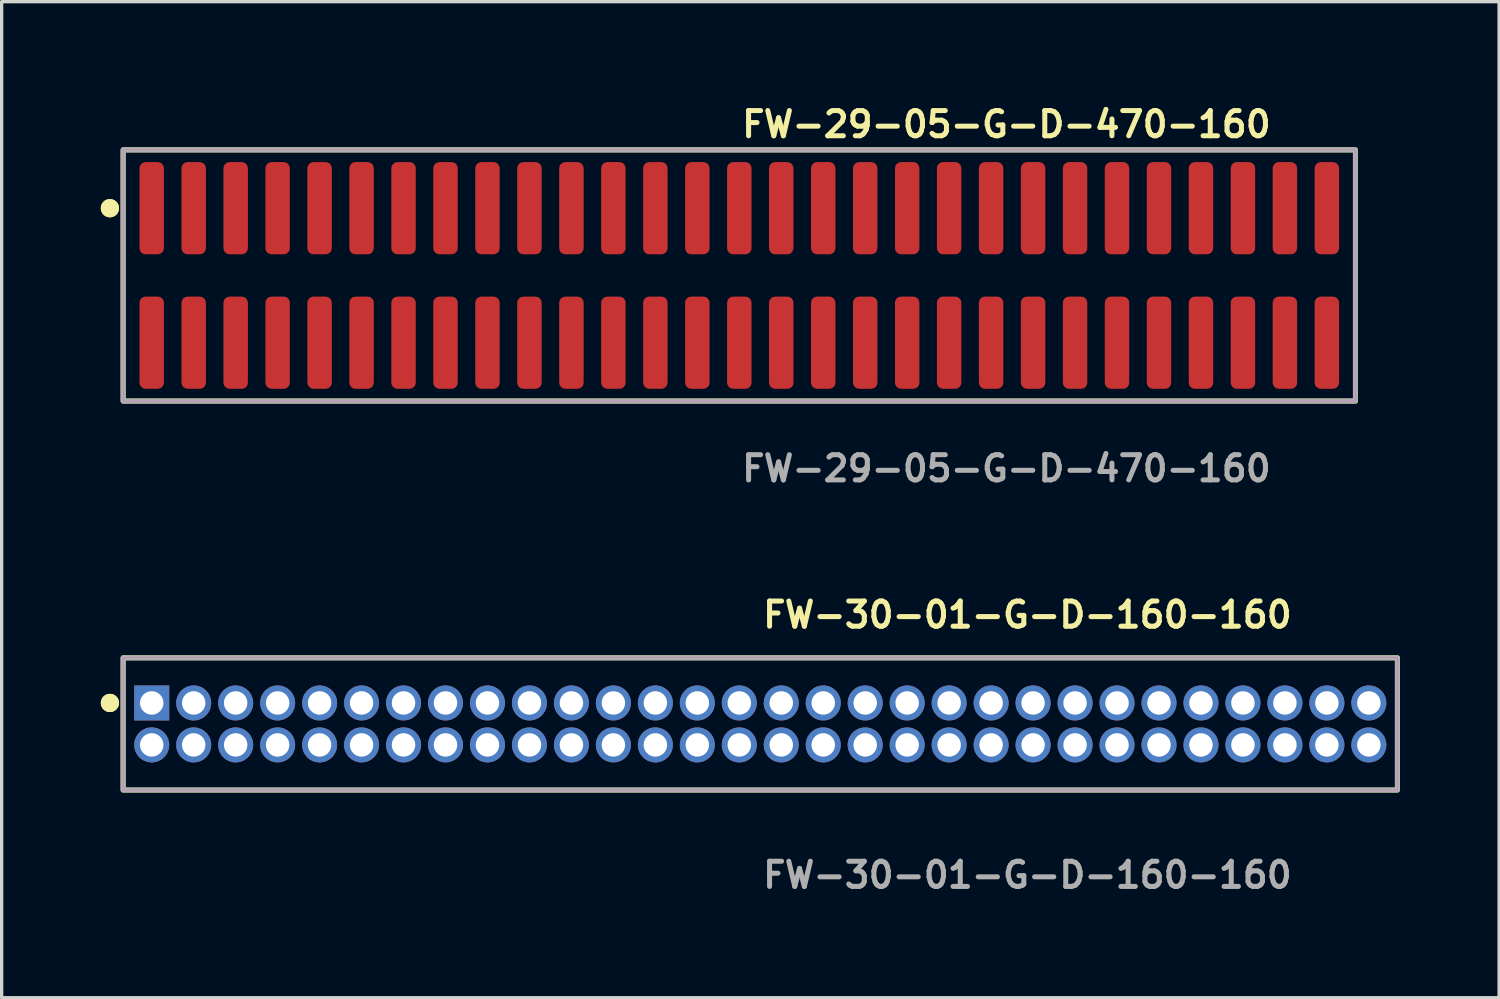
<source format=kicad_pcb>
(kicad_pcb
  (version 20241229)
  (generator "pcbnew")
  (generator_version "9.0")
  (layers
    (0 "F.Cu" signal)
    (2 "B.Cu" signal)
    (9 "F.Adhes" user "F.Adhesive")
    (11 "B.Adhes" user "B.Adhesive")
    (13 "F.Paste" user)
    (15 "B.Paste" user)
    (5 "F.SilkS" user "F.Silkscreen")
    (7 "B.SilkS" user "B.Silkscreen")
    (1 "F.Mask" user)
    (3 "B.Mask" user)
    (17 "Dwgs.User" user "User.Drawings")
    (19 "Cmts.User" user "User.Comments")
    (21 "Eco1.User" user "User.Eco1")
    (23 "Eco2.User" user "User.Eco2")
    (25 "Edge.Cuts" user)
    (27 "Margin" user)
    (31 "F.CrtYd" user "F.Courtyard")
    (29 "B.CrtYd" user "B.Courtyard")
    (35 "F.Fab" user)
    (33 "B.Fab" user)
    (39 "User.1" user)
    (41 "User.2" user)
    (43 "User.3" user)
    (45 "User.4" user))
  (footprint "FW-29-05-G-D-470-160"
    (layer "F.Cu")
    (at 19.321 5.285)
    (property "Reference" "FW-29-05-G-D-470-160" (at 0 -4.572 0) (unlocked yes) (layer "F.SilkS") (effects (font (size 0.762 0.762) (thickness 0.152)) (justify left)))
    (fp_rect (start -18.645 3.8) (end 18.645 -3.8) (stroke (width 0.152) (type solid)) (fill no) (layer "F.SilkS"))
    (fp_circle (center -19.045 -2.035) (end -19.245 -2.035) (stroke (width 0.152) (type solid)) (fill yes) (layer "F.SilkS"))
    (fp_circle (center -19.045 -2.035) (end -19.245 -2.035) (stroke (width 0.152) (type solid)) (fill yes) (layer "F.SilkS"))
    (fp_rect (start -18.645 3.8) (end 18.645 -3.8) (stroke (width 0.006) (type solid)) (fill no) (layer "F.CrtYd"))
    (fp_rect (start -18.645 3.8) (end 18.645 -3.8) (stroke (width 0.152) (type solid)) (fill no) (layer "F.Fab"))
    (fp_text user "${REFERENCE}" (at 0 5.842 0) (unlocked yes) (layer "F.Fab") (effects (font (size 0.762 0.762) (thickness 0.152)) (justify left)))
    (pad "1" smd roundrect (at -17.78 -2.035) (size 0.74 2.79) (layers "F.Cu" "F.Paste") (roundrect_rratio 0.25))
    (pad "2" smd roundrect (at -17.78 2.035) (size 0.74 2.79) (layers "F.Cu" "F.Paste") (roundrect_rratio 0.25))
    (pad "3" smd roundrect (at -16.51 -2.035) (size 0.74 2.79) (layers "F.Cu" "F.Paste") (roundrect_rratio 0.25))
    (pad "4" smd roundrect (at -16.51 2.035) (size 0.74 2.79) (layers "F.Cu" "F.Paste") (roundrect_rratio 0.25))
    (pad "5" smd roundrect (at -15.24 -2.035) (size 0.74 2.79) (layers "F.Cu" "F.Paste") (roundrect_rratio 0.25))
    (pad "6" smd roundrect (at -15.24 2.035) (size 0.74 2.79) (layers "F.Cu" "F.Paste") (roundrect_rratio 0.25))
    (pad "7" smd roundrect (at -13.97 -2.035) (size 0.74 2.79) (layers "F.Cu" "F.Paste") (roundrect_rratio 0.25))
    (pad "8" smd roundrect (at -13.97 2.035) (size 0.74 2.79) (layers "F.Cu" "F.Paste") (roundrect_rratio 0.25))
    (pad "9" smd roundrect (at -12.7 -2.035) (size 0.74 2.79) (layers "F.Cu" "F.Paste") (roundrect_rratio 0.25))
    (pad "10" smd roundrect (at -12.7 2.035) (size 0.74 2.79) (layers "F.Cu" "F.Paste") (roundrect_rratio 0.25))
    (pad "11" smd roundrect (at -11.43 -2.035) (size 0.74 2.79) (layers "F.Cu" "F.Paste") (roundrect_rratio 0.25))
    (pad "12" smd roundrect (at -11.43 2.035) (size 0.74 2.79) (layers "F.Cu" "F.Paste") (roundrect_rratio 0.25))
    (pad "13" smd roundrect (at -10.16 -2.035) (size 0.74 2.79) (layers "F.Cu" "F.Paste") (roundrect_rratio 0.25))
    (pad "14" smd roundrect (at -10.16 2.035) (size 0.74 2.79) (layers "F.Cu" "F.Paste") (roundrect_rratio 0.25))
    (pad "15" smd roundrect (at -8.89 -2.035) (size 0.74 2.79) (layers "F.Cu" "F.Paste") (roundrect_rratio 0.25))
    (pad "16" smd roundrect (at -8.89 2.035) (size 0.74 2.79) (layers "F.Cu" "F.Paste") (roundrect_rratio 0.25))
    (pad "17" smd roundrect (at -7.62 -2.035) (size 0.74 2.79) (layers "F.Cu" "F.Paste") (roundrect_rratio 0.25))
    (pad "18" smd roundrect (at -7.62 2.035) (size 0.74 2.79) (layers "F.Cu" "F.Paste") (roundrect_rratio 0.25))
    (pad "19" smd roundrect (at -6.35 -2.035) (size 0.74 2.79) (layers "F.Cu" "F.Paste") (roundrect_rratio 0.25))
    (pad "20" smd roundrect (at -6.35 2.035) (size 0.74 2.79) (layers "F.Cu" "F.Paste") (roundrect_rratio 0.25))
    (pad "21" smd roundrect (at -5.08 -2.035) (size 0.74 2.79) (layers "F.Cu" "F.Paste") (roundrect_rratio 0.25))
    (pad "22" smd roundrect (at -5.08 2.035) (size 0.74 2.79) (layers "F.Cu" "F.Paste") (roundrect_rratio 0.25))
    (pad "23" smd roundrect (at -3.81 -2.035) (size 0.74 2.79) (layers "F.Cu" "F.Paste") (roundrect_rratio 0.25))
    (pad "24" smd roundrect (at -3.81 2.035) (size 0.74 2.79) (layers "F.Cu" "F.Paste") (roundrect_rratio 0.25))
    (pad "25" smd roundrect (at -2.54 -2.035) (size 0.74 2.79) (layers "F.Cu" "F.Paste") (roundrect_rratio 0.25))
    (pad "26" smd roundrect (at -2.54 2.035) (size 0.74 2.79) (layers "F.Cu" "F.Paste") (roundrect_rratio 0.25))
    (pad "27" smd roundrect (at -1.27 -2.035) (size 0.74 2.79) (layers "F.Cu" "F.Paste") (roundrect_rratio 0.25))
    (pad "28" smd roundrect (at -1.27 2.035) (size 0.74 2.79) (layers "F.Cu" "F.Paste") (roundrect_rratio 0.25))
    (pad "29" smd roundrect (at 0 -2.035) (size 0.74 2.79) (layers "F.Cu" "F.Paste") (roundrect_rratio 0.25))
    (pad "30" smd roundrect (at 0 2.035) (size 0.74 2.79) (layers "F.Cu" "F.Paste") (roundrect_rratio 0.25))
    (pad "31" smd roundrect (at 1.27 -2.035) (size 0.74 2.79) (layers "F.Cu" "F.Paste") (roundrect_rratio 0.25))
    (pad "32" smd roundrect (at 1.27 2.035) (size 0.74 2.79) (layers "F.Cu" "F.Paste") (roundrect_rratio 0.25))
    (pad "33" smd roundrect (at 2.54 -2.035) (size 0.74 2.79) (layers "F.Cu" "F.Paste") (roundrect_rratio 0.25))
    (pad "34" smd roundrect (at 2.54 2.035) (size 0.74 2.79) (layers "F.Cu" "F.Paste") (roundrect_rratio 0.25))
    (pad "35" smd roundrect (at 3.81 -2.035) (size 0.74 2.79) (layers "F.Cu" "F.Paste") (roundrect_rratio 0.25))
    (pad "36" smd roundrect (at 3.81 2.035) (size 0.74 2.79) (layers "F.Cu" "F.Paste") (roundrect_rratio 0.25))
    (pad "37" smd roundrect (at 5.08 -2.035) (size 0.74 2.79) (layers "F.Cu" "F.Paste") (roundrect_rratio 0.25))
    (pad "38" smd roundrect (at 5.08 2.035) (size 0.74 2.79) (layers "F.Cu" "F.Paste") (roundrect_rratio 0.25))
    (pad "39" smd roundrect (at 6.35 -2.035) (size 0.74 2.79) (layers "F.Cu" "F.Paste") (roundrect_rratio 0.25))
    (pad "40" smd roundrect (at 6.35 2.035) (size 0.74 2.79) (layers "F.Cu" "F.Paste") (roundrect_rratio 0.25))
    (pad "41" smd roundrect (at 7.62 -2.035) (size 0.74 2.79) (layers "F.Cu" "F.Paste") (roundrect_rratio 0.25))
    (pad "42" smd roundrect (at 7.62 2.035) (size 0.74 2.79) (layers "F.Cu" "F.Paste") (roundrect_rratio 0.25))
    (pad "43" smd roundrect (at 8.89 -2.035) (size 0.74 2.79) (layers "F.Cu" "F.Paste") (roundrect_rratio 0.25))
    (pad "44" smd roundrect (at 8.89 2.035) (size 0.74 2.79) (layers "F.Cu" "F.Paste") (roundrect_rratio 0.25))
    (pad "45" smd roundrect (at 10.16 -2.035) (size 0.74 2.79) (layers "F.Cu" "F.Paste") (roundrect_rratio 0.25))
    (pad "46" smd roundrect (at 10.16 2.035) (size 0.74 2.79) (layers "F.Cu" "F.Paste") (roundrect_rratio 0.25))
    (pad "47" smd roundrect (at 11.43 -2.035) (size 0.74 2.79) (layers "F.Cu" "F.Paste") (roundrect_rratio 0.25))
    (pad "48" smd roundrect (at 11.43 2.035) (size 0.74 2.79) (layers "F.Cu" "F.Paste") (roundrect_rratio 0.25))
    (pad "49" smd roundrect (at 12.7 -2.035) (size 0.74 2.79) (layers "F.Cu" "F.Paste") (roundrect_rratio 0.25))
    (pad "50" smd roundrect (at 12.7 2.035) (size 0.74 2.79) (layers "F.Cu" "F.Paste") (roundrect_rratio 0.25))
    (pad "51" smd roundrect (at 13.97 -2.035) (size 0.74 2.79) (layers "F.Cu" "F.Paste") (roundrect_rratio 0.25))
    (pad "52" smd roundrect (at 13.97 2.035) (size 0.74 2.79) (layers "F.Cu" "F.Paste") (roundrect_rratio 0.25))
    (pad "53" smd roundrect (at 15.24 -2.035) (size 0.74 2.79) (layers "F.Cu" "F.Paste") (roundrect_rratio 0.25))
    (pad "54" smd roundrect (at 15.24 2.035) (size 0.74 2.79) (layers "F.Cu" "F.Paste") (roundrect_rratio 0.25))
    (pad "55" smd roundrect (at 16.51 -2.035) (size 0.74 2.79) (layers "F.Cu" "F.Paste") (roundrect_rratio 0.25))
    (pad "56" smd roundrect (at 16.51 2.035) (size 0.74 2.79) (layers "F.Cu" "F.Paste") (roundrect_rratio 0.25))
    (pad "57" smd roundrect (at 17.78 -2.035) (size 0.74 2.79) (layers "F.Cu" "F.Paste") (roundrect_rratio 0.25))
    (pad "58" smd roundrect (at 17.78 2.035) (size 0.74 2.79) (layers "F.Cu" "F.Paste") (roundrect_rratio 0.25)))
  (footprint "FW-30-01-G-D-160-160"
    (layer "F.Cu")
    (at 19.956 18.856)
    (property "Reference" "FW-30-01-G-D-160-160" (at 0 -3.302 0) (unlocked yes) (layer "F.SilkS") (effects (font (size 0.762 0.762) (thickness 0.152)) (justify left)))
    (fp_rect (start -19.28 2) (end 19.28 -2) (stroke (width 0.152) (type solid)) (fill no) (layer "F.SilkS"))
    (fp_circle (center -19.68 -0.635) (end -19.88 -0.635) (stroke (width 0.152) (type solid)) (fill yes) (layer "F.SilkS"))
    (fp_circle (center -19.68 -0.635) (end -19.88 -0.635) (stroke (width 0.152) (type solid)) (fill yes) (layer "F.SilkS"))
    (fp_rect (start -19.28 2) (end 19.28 -2) (stroke (width 0.006) (type solid)) (fill no) (layer "F.CrtYd"))
    (fp_rect (start -19.28 2) (end 19.28 -2) (stroke (width 0.152) (type solid)) (fill no) (layer "F.Fab"))
    (fp_text user "${REFERENCE}" (at 0 4.572 0) (unlocked yes) (layer "F.Fab") (effects (font (size 0.762 0.762) (thickness 0.152)) (justify left)))
    (pad "1" thru_hole rect (at -18.415 -0.635) (size 1.06 1.06) (drill 0.71) (layers "*.Cu" "*.Mask"))
    (pad "2" thru_hole circle (at -18.415 0.635) (size 1.06 1.06) (drill 0.71) (layers "*.Cu" "*.Mask"))
    (pad "3" thru_hole circle (at -17.145 -0.635) (size 1.06 1.06) (drill 0.71) (layers "*.Cu" "*.Mask"))
    (pad "4" thru_hole circle (at -17.145 0.635) (size 1.06 1.06) (drill 0.71) (layers "*.Cu" "*.Mask"))
    (pad "5" thru_hole circle (at -15.875 -0.635) (size 1.06 1.06) (drill 0.71) (layers "*.Cu" "*.Mask"))
    (pad "6" thru_hole circle (at -15.875 0.635) (size 1.06 1.06) (drill 0.71) (layers "*.Cu" "*.Mask"))
    (pad "7" thru_hole circle (at -14.605 -0.635) (size 1.06 1.06) (drill 0.71) (layers "*.Cu" "*.Mask"))
    (pad "8" thru_hole circle (at -14.605 0.635) (size 1.06 1.06) (drill 0.71) (layers "*.Cu" "*.Mask"))
    (pad "9" thru_hole circle (at -13.335 -0.635) (size 1.06 1.06) (drill 0.71) (layers "*.Cu" "*.Mask"))
    (pad "10" thru_hole circle (at -13.335 0.635) (size 1.06 1.06) (drill 0.71) (layers "*.Cu" "*.Mask"))
    (pad "11" thru_hole circle (at -12.065 -0.635) (size 1.06 1.06) (drill 0.71) (layers "*.Cu" "*.Mask"))
    (pad "12" thru_hole circle (at -12.065 0.635) (size 1.06 1.06) (drill 0.71) (layers "*.Cu" "*.Mask"))
    (pad "13" thru_hole circle (at -10.795 -0.635) (size 1.06 1.06) (drill 0.71) (layers "*.Cu" "*.Mask"))
    (pad "14" thru_hole circle (at -10.795 0.635) (size 1.06 1.06) (drill 0.71) (layers "*.Cu" "*.Mask"))
    (pad "15" thru_hole circle (at -9.525 -0.635) (size 1.06 1.06) (drill 0.71) (layers "*.Cu" "*.Mask"))
    (pad "16" thru_hole circle (at -9.525 0.635) (size 1.06 1.06) (drill 0.71) (layers "*.Cu" "*.Mask"))
    (pad "17" thru_hole circle (at -8.255 -0.635) (size 1.06 1.06) (drill 0.71) (layers "*.Cu" "*.Mask"))
    (pad "18" thru_hole circle (at -8.255 0.635) (size 1.06 1.06) (drill 0.71) (layers "*.Cu" "*.Mask"))
    (pad "19" thru_hole circle (at -6.985 -0.635) (size 1.06 1.06) (drill 0.71) (layers "*.Cu" "*.Mask"))
    (pad "20" thru_hole circle (at -6.985 0.635) (size 1.06 1.06) (drill 0.71) (layers "*.Cu" "*.Mask"))
    (pad "21" thru_hole circle (at -5.715 -0.635) (size 1.06 1.06) (drill 0.71) (layers "*.Cu" "*.Mask"))
    (pad "22" thru_hole circle (at -5.715 0.635) (size 1.06 1.06) (drill 0.71) (layers "*.Cu" "*.Mask"))
    (pad "23" thru_hole circle (at -4.445 -0.635) (size 1.06 1.06) (drill 0.71) (layers "*.Cu" "*.Mask"))
    (pad "24" thru_hole circle (at -4.445 0.635) (size 1.06 1.06) (drill 0.71) (layers "*.Cu" "*.Mask"))
    (pad "25" thru_hole circle (at -3.175 -0.635) (size 1.06 1.06) (drill 0.71) (layers "*.Cu" "*.Mask"))
    (pad "26" thru_hole circle (at -3.175 0.635) (size 1.06 1.06) (drill 0.71) (layers "*.Cu" "*.Mask"))
    (pad "27" thru_hole circle (at -1.905 -0.635) (size 1.06 1.06) (drill 0.71) (layers "*.Cu" "*.Mask"))
    (pad "28" thru_hole circle (at -1.905 0.635) (size 1.06 1.06) (drill 0.71) (layers "*.Cu" "*.Mask"))
    (pad "29" thru_hole circle (at -0.635 -0.635) (size 1.06 1.06) (drill 0.71) (layers "*.Cu" "*.Mask"))
    (pad "30" thru_hole circle (at -0.635 0.635) (size 1.06 1.06) (drill 0.71) (layers "*.Cu" "*.Mask"))
    (pad "31" thru_hole circle (at 0.635 -0.635) (size 1.06 1.06) (drill 0.71) (layers "*.Cu" "*.Mask"))
    (pad "32" thru_hole circle (at 0.635 0.635) (size 1.06 1.06) (drill 0.71) (layers "*.Cu" "*.Mask"))
    (pad "33" thru_hole circle (at 1.905 -0.635) (size 1.06 1.06) (drill 0.71) (layers "*.Cu" "*.Mask"))
    (pad "34" thru_hole circle (at 1.905 0.635) (size 1.06 1.06) (drill 0.71) (layers "*.Cu" "*.Mask"))
    (pad "35" thru_hole circle (at 3.175 -0.635) (size 1.06 1.06) (drill 0.71) (layers "*.Cu" "*.Mask"))
    (pad "36" thru_hole circle (at 3.175 0.635) (size 1.06 1.06) (drill 0.71) (layers "*.Cu" "*.Mask"))
    (pad "37" thru_hole circle (at 4.445 -0.635) (size 1.06 1.06) (drill 0.71) (layers "*.Cu" "*.Mask"))
    (pad "38" thru_hole circle (at 4.445 0.635) (size 1.06 1.06) (drill 0.71) (layers "*.Cu" "*.Mask"))
    (pad "39" thru_hole circle (at 5.715 -0.635) (size 1.06 1.06) (drill 0.71) (layers "*.Cu" "*.Mask"))
    (pad "40" thru_hole circle (at 5.715 0.635) (size 1.06 1.06) (drill 0.71) (layers "*.Cu" "*.Mask"))
    (pad "41" thru_hole circle (at 6.985 -0.635) (size 1.06 1.06) (drill 0.71) (layers "*.Cu" "*.Mask"))
    (pad "42" thru_hole circle (at 6.985 0.635) (size 1.06 1.06) (drill 0.71) (layers "*.Cu" "*.Mask"))
    (pad "43" thru_hole circle (at 8.255 -0.635) (size 1.06 1.06) (drill 0.71) (layers "*.Cu" "*.Mask"))
    (pad "44" thru_hole circle (at 8.255 0.635) (size 1.06 1.06) (drill 0.71) (layers "*.Cu" "*.Mask"))
    (pad "45" thru_hole circle (at 9.525 -0.635) (size 1.06 1.06) (drill 0.71) (layers "*.Cu" "*.Mask"))
    (pad "46" thru_hole circle (at 9.525 0.635) (size 1.06 1.06) (drill 0.71) (layers "*.Cu" "*.Mask"))
    (pad "47" thru_hole circle (at 10.795 -0.635) (size 1.06 1.06) (drill 0.71) (layers "*.Cu" "*.Mask"))
    (pad "48" thru_hole circle (at 10.795 0.635) (size 1.06 1.06) (drill 0.71) (layers "*.Cu" "*.Mask"))
    (pad "49" thru_hole circle (at 12.065 -0.635) (size 1.06 1.06) (drill 0.71) (layers "*.Cu" "*.Mask"))
    (pad "50" thru_hole circle (at 12.065 0.635) (size 1.06 1.06) (drill 0.71) (layers "*.Cu" "*.Mask"))
    (pad "51" thru_hole circle (at 13.335 -0.635) (size 1.06 1.06) (drill 0.71) (layers "*.Cu" "*.Mask"))
    (pad "52" thru_hole circle (at 13.335 0.635) (size 1.06 1.06) (drill 0.71) (layers "*.Cu" "*.Mask"))
    (pad "53" thru_hole circle (at 14.605 -0.635) (size 1.06 1.06) (drill 0.71) (layers "*.Cu" "*.Mask"))
    (pad "54" thru_hole circle (at 14.605 0.635) (size 1.06 1.06) (drill 0.71) (layers "*.Cu" "*.Mask"))
    (pad "55" thru_hole circle (at 15.875 -0.635) (size 1.06 1.06) (drill 0.71) (layers "*.Cu" "*.Mask"))
    (pad "56" thru_hole circle (at 15.875 0.635) (size 1.06 1.06) (drill 0.71) (layers "*.Cu" "*.Mask"))
    (pad "57" thru_hole circle (at 17.145 -0.635) (size 1.06 1.06) (drill 0.71) (layers "*.Cu" "*.Mask"))
    (pad "58" thru_hole circle (at 17.145 0.635) (size 1.06 1.06) (drill 0.71) (layers "*.Cu" "*.Mask"))
    (pad "59" thru_hole circle (at 18.415 -0.635) (size 1.06 1.06) (drill 0.71) (layers "*.Cu" "*.Mask"))
    (pad "60" thru_hole circle (at 18.415 0.635) (size 1.06 1.06) (drill 0.71) (layers "*.Cu" "*.Mask")))
  (gr_rect
    (start -3 -3)
    (end 42.312 27.141)
    (stroke (width 0.1) (type default))
    (fill no)
    (layer "Edge.Cuts")))
</source>
